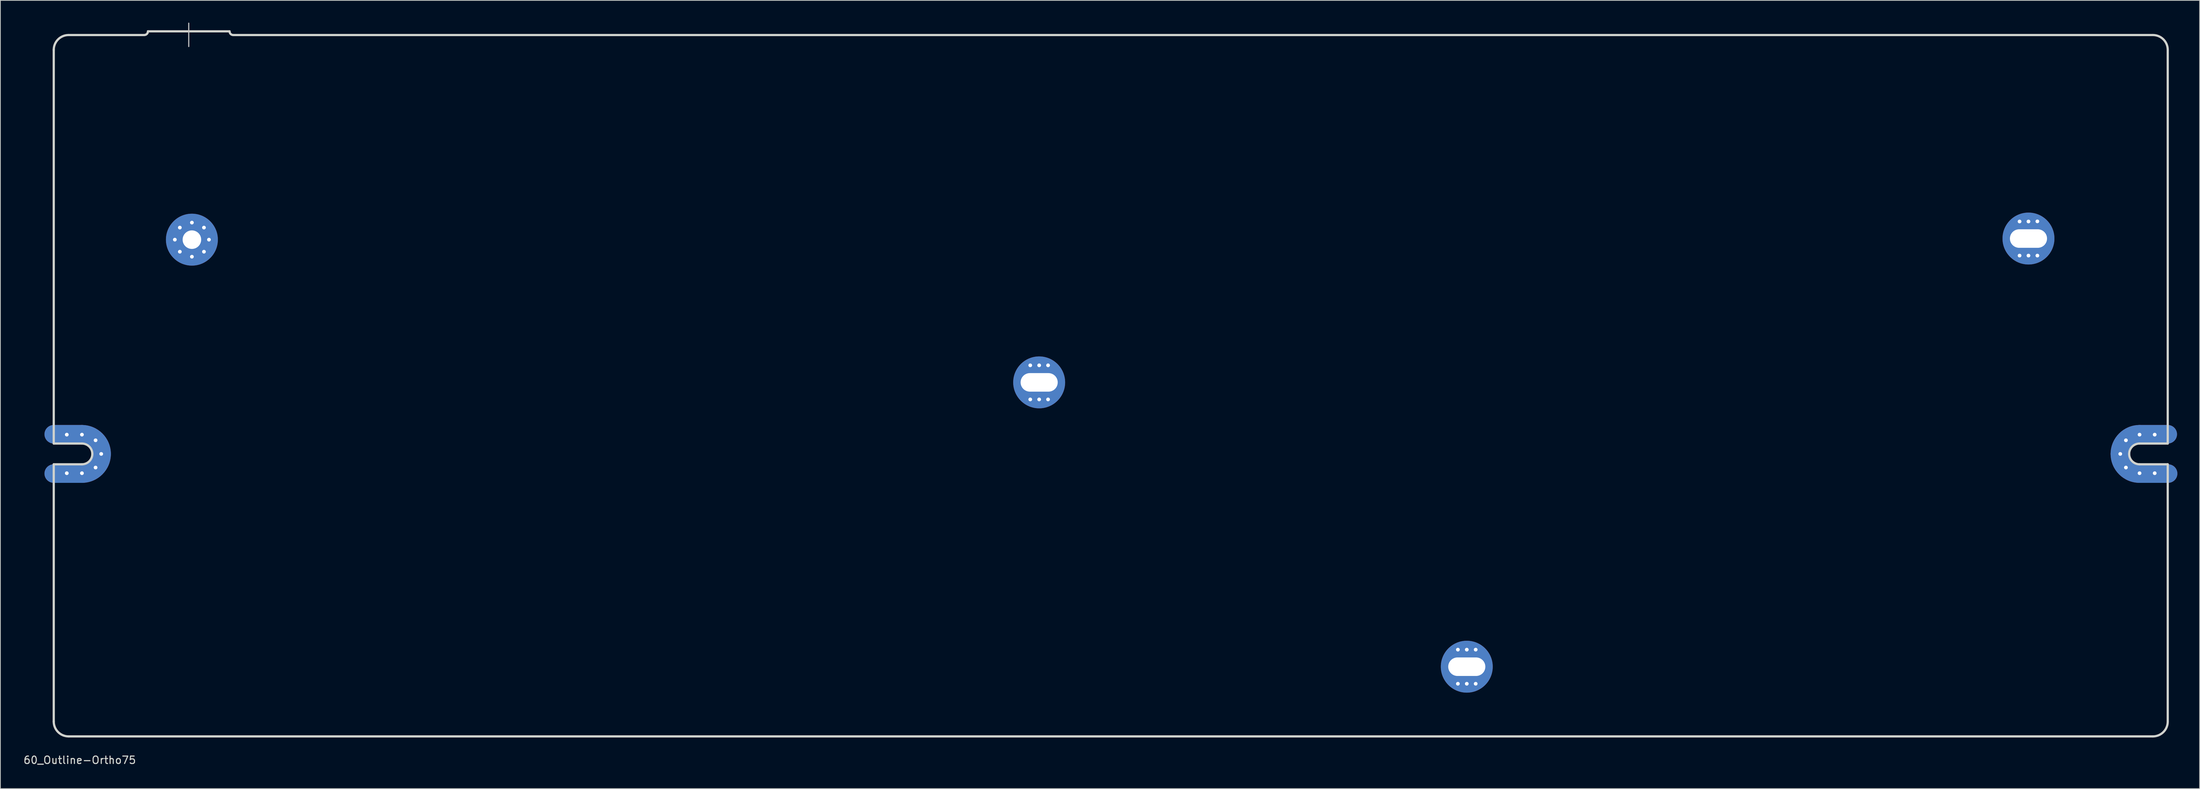
<source format=kicad_pcb>
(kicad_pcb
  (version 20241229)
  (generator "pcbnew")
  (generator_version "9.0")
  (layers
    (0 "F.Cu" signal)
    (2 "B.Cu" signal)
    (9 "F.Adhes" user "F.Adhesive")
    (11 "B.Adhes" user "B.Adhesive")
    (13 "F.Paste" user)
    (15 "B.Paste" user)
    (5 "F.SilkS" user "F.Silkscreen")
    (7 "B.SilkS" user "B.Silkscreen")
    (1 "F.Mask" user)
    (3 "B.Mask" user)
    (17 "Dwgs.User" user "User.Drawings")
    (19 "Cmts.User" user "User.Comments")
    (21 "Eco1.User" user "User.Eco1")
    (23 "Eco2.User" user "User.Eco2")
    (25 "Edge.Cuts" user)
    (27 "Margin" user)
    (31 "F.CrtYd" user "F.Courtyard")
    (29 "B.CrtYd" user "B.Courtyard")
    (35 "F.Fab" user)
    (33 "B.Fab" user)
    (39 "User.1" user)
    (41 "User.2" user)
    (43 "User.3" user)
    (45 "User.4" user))
  (footprint "60_Outline-Ortho75"
    (layer "F.Cu")
    (at 146.696 48.975)
    (property "Reference" "60_Outline-Ortho75" (at -139 50.5 0) (layer "Edge.Cuts") (effects (font (size 1 1) (thickness 0.15))))
    (attr through_hole)
    (fp_line (start -142.5 6.549) (end -138.7 6.549) (stroke (width 2.502) (type solid)) (layer "F.Cu"))
    (fp_line (start -142.5 11.851) (end -138.7 11.851) (stroke (width 2.502) (type solid)) (layer "F.Cu"))
    (fp_line (start 138.7 6.549) (end 142.5 6.549) (stroke (width 2.502) (type solid)) (layer "F.Cu"))
    (fp_line (start 138.7 11.851) (end 142.55 11.851) (stroke (width 2.502) (type solid)) (layer "F.Cu"))
    (fp_arc (start -138.7 6.54905) (mid -136.825495 7.325495) (end -136.04905 9.2) (stroke (width 2.5019) (type solid)) (layer "F.Cu"))
    (fp_arc (start -136.04905 9.2) (mid -136.825495 11.074505) (end -138.7 11.85095) (stroke (width 2.5019) (type solid)) (layer "F.Cu"))
    (fp_arc (start 136.04905 9.2) (mid 136.825495 7.325495) (end 138.7 6.54905) (stroke (width 2.5019) (type solid)) (layer "F.Cu"))
    (fp_arc (start 138.7 11.85095) (mid 136.825495 11.074505) (end 136.04905 9.2) (stroke (width 2.5019) (type solid)) (layer "F.Cu"))
    (fp_line (start -142.5 6.549) (end -138.7 6.549) (stroke (width 2.502) (type solid)) (layer "F.Mask"))
    (fp_line (start -142.5 11.851) (end -138.7 11.851) (stroke (width 2.502) (type solid)) (layer "F.Mask"))
    (fp_line (start 138.7 6.549) (end 142.5 6.549) (stroke (width 2.502) (type solid)) (layer "F.Mask"))
    (fp_line (start 138.7 11.851) (end 142.55 11.851) (stroke (width 2.502) (type solid)) (layer "F.Mask"))
    (fp_arc (start -138.7 6.54905) (mid -136.825495 7.325495) (end -136.04905 9.2) (stroke (width 2.5019) (type solid)) (layer "F.Mask"))
    (fp_arc (start -136.04905 9.2) (mid -136.825495 11.074505) (end -138.7 11.85095) (stroke (width 2.5019) (type solid)) (layer "F.Mask"))
    (fp_arc (start 136.04905 9.2) (mid 136.825495 7.325495) (end 138.7 6.54905) (stroke (width 2.5019) (type solid)) (layer "F.Mask"))
    (fp_arc (start 138.7 11.85095) (mid 136.825495 11.074505) (end 136.04905 9.2) (stroke (width 2.5019) (type solid)) (layer "F.Mask"))
    (fp_line (start -142.5 6.549) (end -138.7 6.549) (stroke (width 2.502) (type solid)) (layer "B.Cu"))
    (fp_line (start -142.5 11.851) (end -138.7 11.851) (stroke (width 2.502) (type solid)) (layer "B.Cu"))
    (fp_line (start 138.7 6.549) (end 142.5 6.549) (stroke (width 2.502) (type solid)) (layer "B.Cu"))
    (fp_line (start 138.7 11.851) (end 142.55 11.851) (stroke (width 2.502) (type solid)) (layer "B.Cu"))
    (fp_arc (start -138.7 6.54905) (mid -136.825495 7.325495) (end -136.04905 9.2) (stroke (width 2.5019) (type solid)) (layer "B.Cu"))
    (fp_arc (start -136.04905 9.2) (mid -136.825495 11.074505) (end -138.7 11.85095) (stroke (width 2.5019) (type solid)) (layer "B.Cu"))
    (fp_arc (start 136.04905 9.2) (mid 136.825495 7.325495) (end 138.7 6.54905) (stroke (width 2.5019) (type solid)) (layer "B.Cu"))
    (fp_arc (start 138.7 11.85095) (mid 136.825495 11.074505) (end 136.04905 9.2) (stroke (width 2.5019) (type solid)) (layer "B.Cu"))
    (fp_line (start -142.5 6.549) (end -138.7 6.549) (stroke (width 2.502) (type solid)) (layer "B.Mask"))
    (fp_line (start -142.5 11.851) (end -138.7 11.851) (stroke (width 2.502) (type solid)) (layer "B.Mask"))
    (fp_line (start 138.7 6.549) (end 142.5 6.549) (stroke (width 2.502) (type solid)) (layer "B.Mask"))
    (fp_line (start 138.7 11.851) (end 142.55 11.851) (stroke (width 2.502) (type solid)) (layer "B.Mask"))
    (fp_arc (start -138.7 6.54905) (mid -136.825495 7.325495) (end -136.04905 9.2) (stroke (width 2.5019) (type solid)) (layer "B.Mask"))
    (fp_arc (start -136.04905 9.2) (mid -136.825495 11.074505) (end -138.7 11.85095) (stroke (width 2.5019) (type solid)) (layer "B.Mask"))
    (fp_arc (start 136.04905 9.2) (mid 136.825495 7.325495) (end 138.7 6.54905) (stroke (width 2.5019) (type solid)) (layer "B.Mask"))
    (fp_arc (start 138.7 11.85095) (mid 136.825495 11.074505) (end 136.04905 9.2) (stroke (width 2.5019) (type solid)) (layer "B.Mask"))
    (fp_line (start -124.3 -48.9) (end -124.3 -45.75) (stroke (width 0.15) (type solid)) (layer "Dwgs.User"))
    (fp_line (start -142.5 7.8) (end -142.5 -45.3) (stroke (width 0.3) (type solid)) (layer "Edge.Cuts"))
    (fp_line (start -142.5 10.6) (end -138.7 10.6) (stroke (width 0.3) (type solid)) (layer "Edge.Cuts"))
    (fp_line (start -142.5 45.3) (end -142.5 10.6) (stroke (width 0.3) (type solid)) (layer "Edge.Cuts"))
    (fp_line (start -140.5 -47.3) (end -130.3 -47.3) (stroke (width 0.3) (type solid)) (layer "Edge.Cuts"))
    (fp_line (start -140.5 47.3) (end 140.5 47.3) (stroke (width 0.3) (type solid)) (layer "Edge.Cuts"))
    (fp_line (start -138.7 7.8) (end -142.5 7.8) (stroke (width 0.3) (type solid)) (layer "Edge.Cuts"))
    (fp_line (start -129.8 -47.8) (end -118.8 -47.8) (stroke (width 0.3) (type solid)) (layer "Edge.Cuts"))
    (fp_line (start 138.7 7.8) (end 142.5 7.8) (stroke (width 0.3) (type solid)) (layer "Edge.Cuts"))
    (fp_line (start 138.7 10.6) (end 142.5 10.6) (stroke (width 0.3) (type solid)) (layer "Edge.Cuts"))
    (fp_line (start 140.5 -47.3) (end -118.3 -47.3) (stroke (width 0.3) (type solid)) (layer "Edge.Cuts"))
    (fp_line (start 142.5 7.8) (end 142.5 -45.3) (stroke (width 0.3) (type solid)) (layer "Edge.Cuts"))
    (fp_line (start 142.5 10.6) (end 142.5 45.3) (stroke (width 0.3) (type solid)) (layer "Edge.Cuts"))
    (fp_arc (start -142.5 -45.3) (mid -141.914214 -46.714214) (end -140.5 -47.3) (stroke (width 0.3) (type solid)) (layer "Edge.Cuts"))
    (fp_arc (start -140.5 47.3) (mid -141.914214 46.714214) (end -142.5 45.3) (stroke (width 0.3) (type solid)) (layer "Edge.Cuts"))
    (fp_arc (start -138.7 7.8) (mid -137.710051 8.210051) (end -137.3 9.2) (stroke (width 0.3) (type solid)) (layer "Edge.Cuts"))
    (fp_arc (start -137.3 9.2) (mid -137.710051 10.189949) (end -138.7 10.6) (stroke (width 0.3) (type solid)) (layer "Edge.Cuts"))
    (fp_arc (start -129.8 -47.8) (mid -129.946447 -47.446447) (end -130.3 -47.3) (stroke (width 0.3) (type solid)) (layer "Edge.Cuts"))
    (fp_arc (start -118.3 -47.3) (mid -118.653553 -47.446447) (end -118.8 -47.8) (stroke (width 0.3) (type solid)) (layer "Edge.Cuts"))
    (fp_arc (start 137.3 9.2) (mid 137.710051 8.210051) (end 138.7 7.8) (stroke (width 0.3) (type solid)) (layer "Edge.Cuts"))
    (fp_arc (start 138.7 10.6) (mid 137.710051 10.189949) (end 137.3 9.2) (stroke (width 0.3) (type solid)) (layer "Edge.Cuts"))
    (fp_arc (start 140.5 -47.3) (mid 141.914214 -46.714214) (end 142.5 -45.3) (stroke (width 0.3) (type solid)) (layer "Edge.Cuts"))
    (fp_arc (start 142.5 45.3) (mid 141.914214 46.714214) (end 140.5 47.3) (stroke (width 0.3) (type solid)) (layer "Edge.Cuts"))
    (pad "1" thru_hole circle (at -140.742 6.6) (size 1 1) (drill 0.5) (layers "*.Cu" "*.Mask"))
    (pad "1" thru_hole circle (at -140.742 11.8) (size 1 1) (drill 0.5) (layers "*.Cu" "*.Mask"))
    (pad "1" thru_hole circle (at -138.7 6.6) (size 1 1) (drill 0.5) (layers "*.Cu" "*.Mask"))
    (pad "1" thru_hole circle (at -138.7 11.8) (size 1 1) (drill 0.5) (layers "*.Cu" "*.Mask"))
    (pad "1" thru_hole circle (at -136.862 7.362) (size 1 1) (drill 0.5) (layers "*.Cu" "*.Mask"))
    (pad "1" thru_hole circle (at -136.862 11.038) (size 1 1) (drill 0.5) (layers "*.Cu" "*.Mask"))
    (pad "1" thru_hole circle (at -136.1 9.2) (size 1 1) (drill 0.5) (layers "*.Cu" "*.Mask"))
    (pad "1" thru_hole circle (at -126.175 -19.7) (size 1 1) (drill 0.5) (layers "*.Cu" "*.Mask"))
    (pad "1" thru_hole circle (at -125.501 -21.326) (size 1 1) (drill 0.5) (layers "*.Cu" "*.Mask"))
    (pad "1" thru_hole circle (at -125.501 -18.074) (size 1 1) (drill 0.5) (layers "*.Cu" "*.Mask"))
    (pad "1" thru_hole circle (at -123.875 -22) (size 1 1) (drill 0.5) (layers "*.Cu" "*.Mask"))
    (pad "1" thru_hole circle (at -123.875 -19.7) (size 7.001 7.001) (drill 2.499) (layers "*.Cu" "*.Mask"))
    (pad "1" thru_hole circle (at -123.875 -17.4) (size 1 1) (drill 0.5) (layers "*.Cu" "*.Mask"))
    (pad "1" thru_hole circle (at -122.249 -21.326) (size 1 1) (drill 0.5) (layers "*.Cu" "*.Mask"))
    (pad "1" thru_hole circle (at -122.249 -18.074) (size 1 1) (drill 0.5) (layers "*.Cu" "*.Mask"))
    (pad "1" thru_hole circle (at -121.575 -19.7) (size 1 1) (drill 0.5) (layers "*.Cu" "*.Mask"))
    (pad "1" thru_hole circle (at -10.85 -2.75) (size 1 1) (drill 0.5) (layers "*.Cu" "*.Mask"))
    (pad "1" thru_hole circle (at -10.85 1.85) (size 1 1) (drill 0.5) (layers "*.Cu" "*.Mask"))
    (pad "1" thru_hole circle (at -9.65 -2.75) (size 1 1) (drill 0.5) (layers "*.Cu" "*.Mask"))
    (pad "1" thru_hole circle (at -9.65 -0.45) (size 7 7) (drill oval 5.001 2.499) (layers "*.Cu" "*.Mask"))
    (pad "1" thru_hole circle (at -9.65 1.85) (size 1 1) (drill 0.5) (layers "*.Cu" "*.Mask"))
    (pad "1" thru_hole circle (at -8.45 -2.75) (size 1 1) (drill 0.5) (layers "*.Cu" "*.Mask"))
    (pad "1" thru_hole circle (at -8.45 1.85) (size 1 1) (drill 0.5) (layers "*.Cu" "*.Mask"))
    (pad "1" thru_hole circle (at 46.8 35.6) (size 1 1) (drill 0.5) (layers "*.Cu" "*.Mask"))
    (pad "1" thru_hole circle (at 46.8 40.2) (size 1 1) (drill 0.5) (layers "*.Cu" "*.Mask"))
    (pad "1" thru_hole circle (at 48 35.6) (size 1 1) (drill 0.5) (layers "*.Cu" "*.Mask"))
    (pad "1" thru_hole circle (at 48 37.9) (size 7 7) (drill oval 5.001 2.499) (layers "*.Cu" "*.Mask"))
    (pad "1" thru_hole circle (at 48 40.2) (size 1 1) (drill 0.5) (layers "*.Cu" "*.Mask"))
    (pad "1" thru_hole circle (at 49.2 35.6) (size 1 1) (drill 0.5) (layers "*.Cu" "*.Mask"))
    (pad "1" thru_hole circle (at 49.2 40.2) (size 1 1) (drill 0.5) (layers "*.Cu" "*.Mask"))
    (pad "1" thru_hole circle (at 122.525 -22.15) (size 1 1) (drill 0.5) (layers "*.Cu" "*.Mask"))
    (pad "1" thru_hole circle (at 122.525 -17.55) (size 1 1) (drill 0.5) (layers "*.Cu" "*.Mask"))
    (pad "1" thru_hole circle (at 123.725 -22.15) (size 1 1) (drill 0.5) (layers "*.Cu" "*.Mask"))
    (pad "1" thru_hole circle (at 123.725 -19.85) (size 7 7) (drill oval 5.001 2.499) (layers "*.Cu" "*.Mask"))
    (pad "1" thru_hole circle (at 123.725 -17.55) (size 1 1) (drill 0.5) (layers "*.Cu" "*.Mask"))
    (pad "1" thru_hole circle (at 124.925 -22.167) (size 1 1) (drill 0.5) (layers "*.Cu" "*.Mask"))
    (pad "1" thru_hole circle (at 124.925 -17.55) (size 1 1) (drill 0.5) (layers "*.Cu" "*.Mask"))
    (pad "1" thru_hole circle (at 136.1 9.2) (size 1 1) (drill 0.5) (layers "*.Cu" "*.Mask"))
    (pad "1" thru_hole circle (at 136.862 7.362) (size 1 1) (drill 0.5) (layers "*.Cu" "*.Mask"))
    (pad "1" thru_hole circle (at 136.862 11.038) (size 1 1) (drill 0.5) (layers "*.Cu" "*.Mask"))
    (pad "1" thru_hole circle (at 138.7 6.6) (size 1 1) (drill 0.5) (layers "*.Cu" "*.Mask"))
    (pad "1" thru_hole circle (at 138.7 11.8) (size 1 1) (drill 0.5) (layers "*.Cu" "*.Mask"))
    (pad "1" thru_hole circle (at 140.742 6.6) (size 1 1) (drill 0.5) (layers "*.Cu" "*.Mask"))
    (pad "1" thru_hole circle (at 140.742 11.8) (size 1 1) (drill 0.5) (layers "*.Cu" "*.Mask")))
  (gr_rect
    (start -3 -3)
    (end 293.497 103.323)
    (stroke (width 0.1) (type default))
    (fill no)
    (layer "Edge.Cuts")))
</source>
